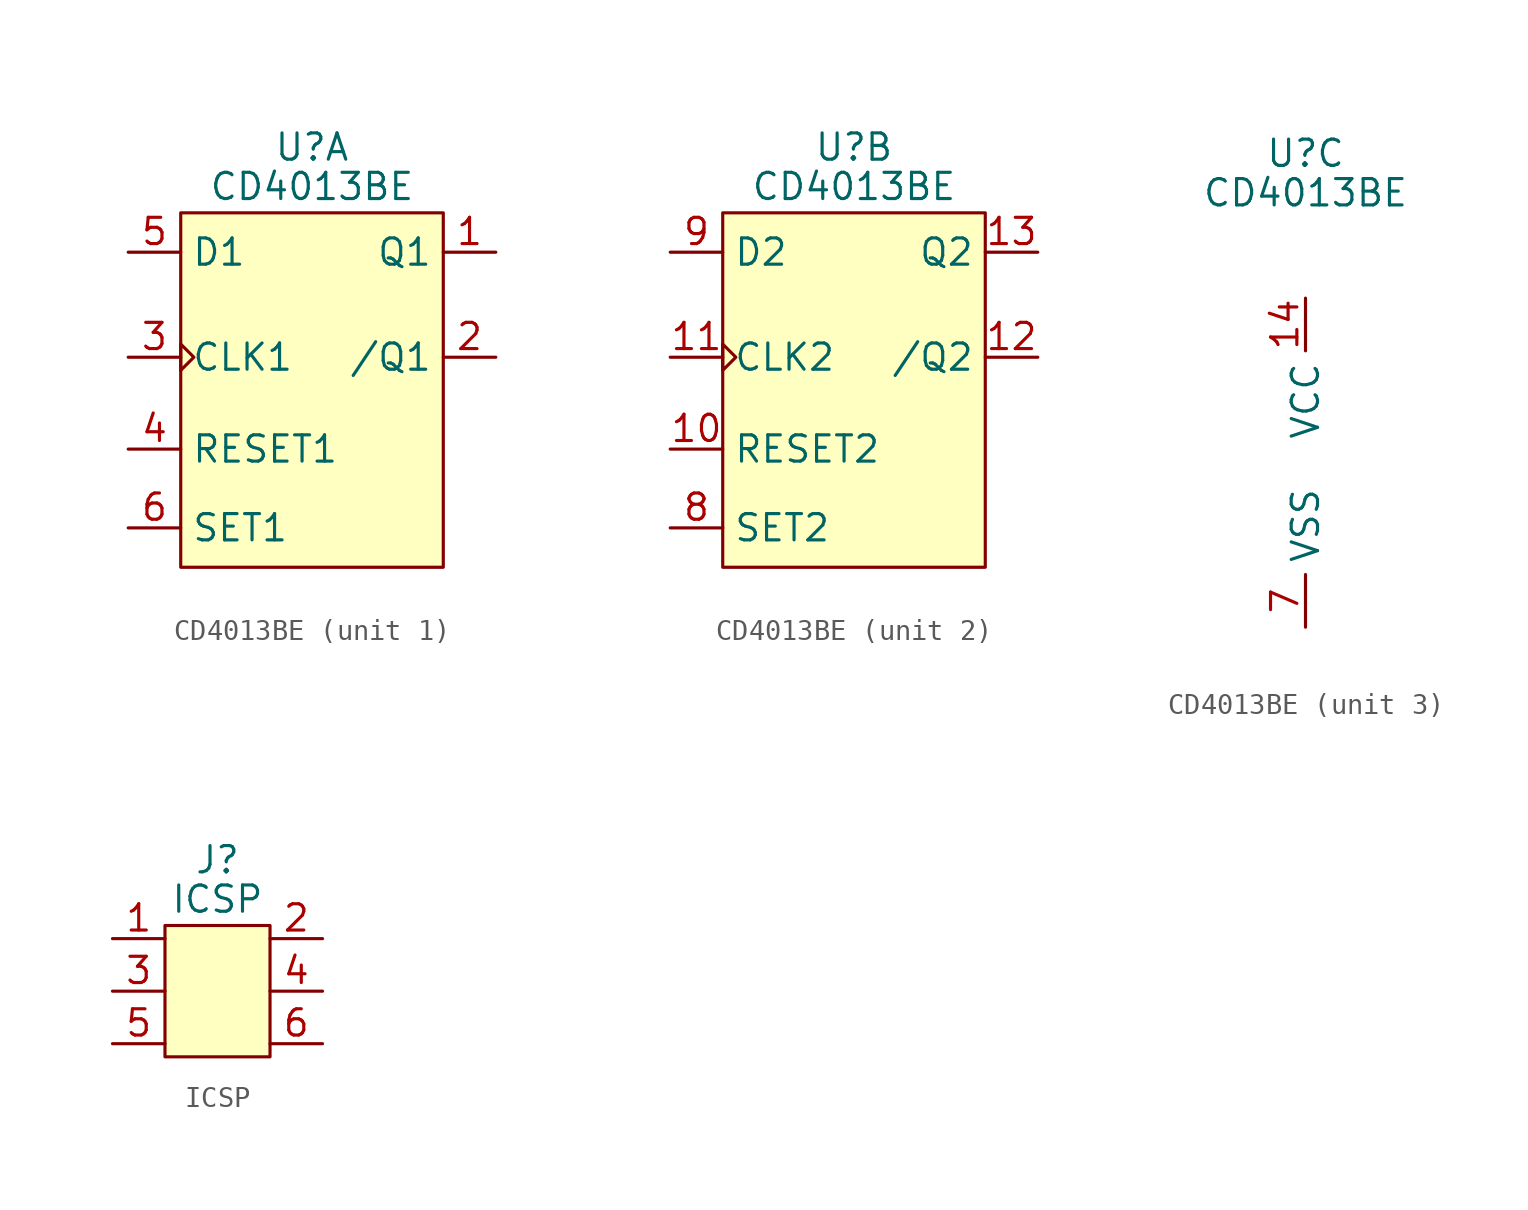
<source format=kicad_sym>
(kicad_symbol_lib
  (version 20220914)
  (generator kicad_symbol_editor)
  (symbol "CD4013BE"
    (property "Reference" "U"
      (at 0 3.175 0)
      (effects (font (size 1.27 1.27))))
    (property "Value" "CD4013BE"
      (at 0 1.27 0)
      (effects (font (size 1.27 1.27))))
    (property "ki_locked" ""
      (at 0 0 0)
      (effects (font (size 1.27 1.27))))
    (symbol "CD4013BE_1_1"
      (rectangle (start -6.35 0) (end 6.35 -17.145) (stroke (width 0) (type default)) (fill (type background)))
      (polyline (pts (xy -6.35 -6.35) (xy -5.715 -6.985) (xy -6.35 -7.62) (xy -6.35 -6.35)) (stroke (width 0) (type default)) (fill (type none)))
      (pin passive line (at 8.89 -1.905 180) (length 2.54) (name "Q1" (effects (font (size 1.27 1.27)))) (number "1" (effects (font (size 1.27 1.27)))))
      (pin passive line (at 8.89 -6.985 180) (length 2.54) (name "/Q1" (effects (font (size 1.27 1.27)))) (number "2" (effects (font (size 1.27 1.27)))))
      (pin passive line (at -8.89 -6.985 0) (length 2.54) (name "CLK1" (effects (font (size 1.27 1.27)))) (number "3" (effects (font (size 1.27 1.27)))))
      (pin passive line (at -8.89 -11.43 0) (length 2.54) (name "RESET1" (effects (font (size 1.27 1.27)))) (number "4" (effects (font (size 1.27 1.27)))))
      (pin passive line (at -8.89 -1.905 0) (length 2.54) (name "D1" (effects (font (size 1.27 1.27)))) (number "5" (effects (font (size 1.27 1.27)))))
      (pin passive line (at -8.89 -15.24 0) (length 2.54) (name "SET1" (effects (font (size 1.27 1.27)))) (number "6" (effects (font (size 1.27 1.27))))))
    (symbol "CD4013BE_2_1"
      (rectangle (start -6.35 0) (end 6.35 -17.145) (stroke (width 0) (type default)) (fill (type background)))
      (polyline (pts (xy -6.35 -6.35) (xy -5.715 -6.985) (xy -6.35 -7.62) (xy -6.35 -6.35)) (stroke (width 0) (type default)) (fill (type none)))
      (pin passive line (at -8.89 -11.43 0) (length 2.54) (name "RESET2" (effects (font (size 1.27 1.27)))) (number "10" (effects (font (size 1.27 1.27)))))
      (pin passive line (at -8.89 -6.985 0) (length 2.54) (name "CLK2" (effects (font (size 1.27 1.27)))) (number "11" (effects (font (size 1.27 1.27)))))
      (pin passive line (at 8.89 -6.985 180) (length 2.54) (name "/Q2" (effects (font (size 1.27 1.27)))) (number "12" (effects (font (size 1.27 1.27)))))
      (pin passive line (at 8.89 -1.905 180) (length 2.54) (name "Q2" (effects (font (size 1.27 1.27)))) (number "13" (effects (font (size 1.27 1.27)))))
      (pin passive line (at -8.89 -15.24 0) (length 2.54) (name "SET2" (effects (font (size 1.27 1.27)))) (number "8" (effects (font (size 1.27 1.27)))))
      (pin passive line (at -8.89 -1.905 0) (length 2.54) (name "D2" (effects (font (size 1.27 1.27)))) (number "9" (effects (font (size 1.27 1.27))))))
    (symbol "CD4013BE_3_1"
      (pin passive line (at 0 -3.81 270) (length 2.54) (name "VCC" (effects (font (size 1.27 1.27)))) (number "14" (effects (font (size 1.27 1.27)))))
      (pin passive line (at 0 -19.685 90) (length 2.54) (name "VSS" (effects (font (size 1.27 1.27)))) (number "7" (effects (font (size 1.27 1.27)))))))
  (symbol "ICSP"
    (property "Reference" "J"
      (at 0 3.175 0)
      (effects (font (size 1.27 1.27))))
    (property "Value" "ICSP"
      (at 0 1.27 0)
      (effects (font (size 1.27 1.27))))
    (symbol "ICSP_1_1"
      (rectangle (start -2.54 0) (end 2.54 -6.35) (stroke (width 0) (type default)) (fill (type background)))
      (pin bidirectional line (at -5.08 -0.635 0) (length 2.54) (name "" (effects (font (size 1.27 1.27)))) (number "1" (effects (font (size 1.27 1.27)))))
      (pin bidirectional line (at 5.08 -0.635 180) (length 2.54) (name "" (effects (font (size 1.27 1.27)))) (number "2" (effects (font (size 1.27 1.27)))))
      (pin bidirectional line (at -5.08 -3.175 0) (length 2.54) (name "" (effects (font (size 1.27 1.27)))) (number "3" (effects (font (size 1.27 1.27)))))
      (pin bidirectional line (at 5.08 -3.175 180) (length 2.54) (name "" (effects (font (size 1.27 1.27)))) (number "4" (effects (font (size 1.27 1.27)))))
      (pin bidirectional line (at -5.08 -5.715 0) (length 2.54) (name "" (effects (font (size 1.27 1.27)))) (number "5" (effects (font (size 1.27 1.27)))))
      (pin bidirectional line (at 5.08 -5.715 180) (length 2.54) (name "" (effects (font (size 1.27 1.27)))) (number "6" (effects (font (size 1.27 1.27))))))))
</source>
